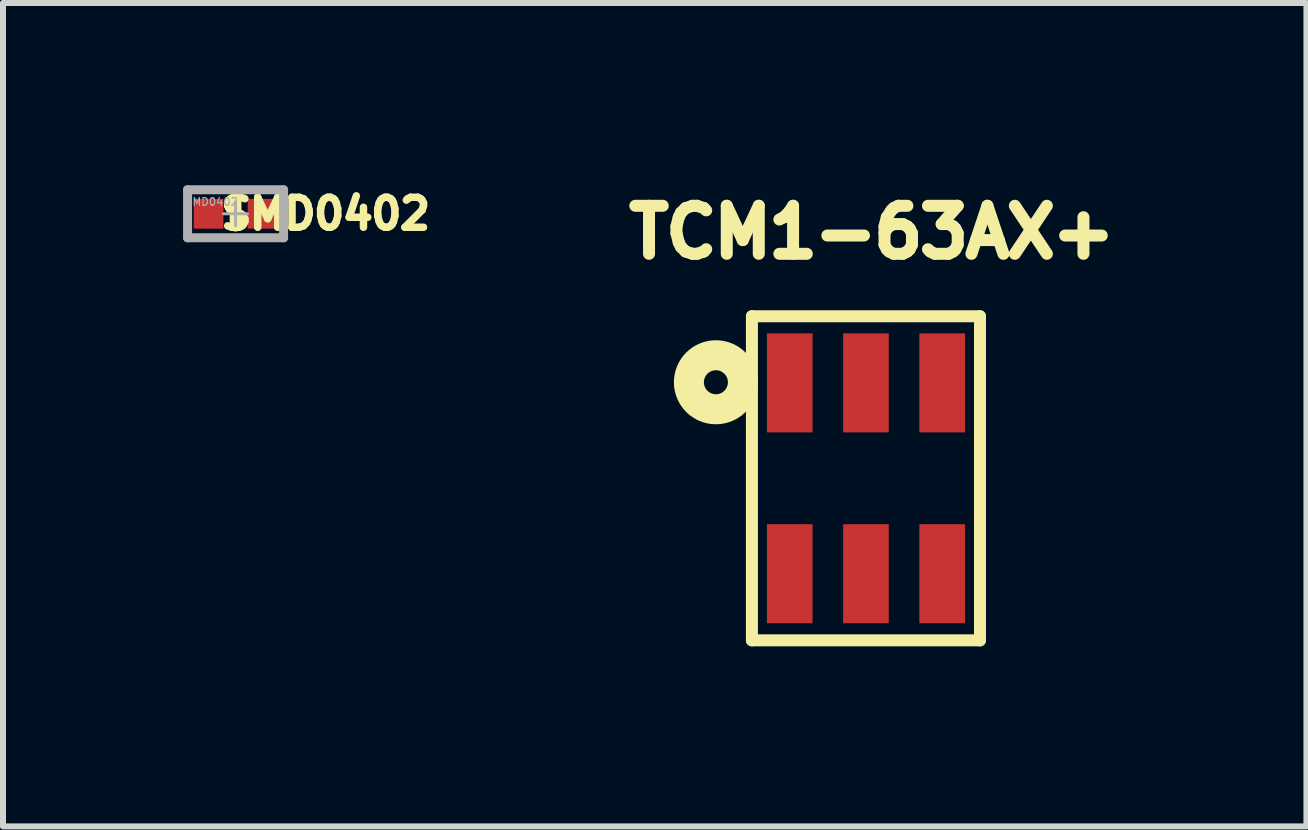
<source format=kicad_pcb>
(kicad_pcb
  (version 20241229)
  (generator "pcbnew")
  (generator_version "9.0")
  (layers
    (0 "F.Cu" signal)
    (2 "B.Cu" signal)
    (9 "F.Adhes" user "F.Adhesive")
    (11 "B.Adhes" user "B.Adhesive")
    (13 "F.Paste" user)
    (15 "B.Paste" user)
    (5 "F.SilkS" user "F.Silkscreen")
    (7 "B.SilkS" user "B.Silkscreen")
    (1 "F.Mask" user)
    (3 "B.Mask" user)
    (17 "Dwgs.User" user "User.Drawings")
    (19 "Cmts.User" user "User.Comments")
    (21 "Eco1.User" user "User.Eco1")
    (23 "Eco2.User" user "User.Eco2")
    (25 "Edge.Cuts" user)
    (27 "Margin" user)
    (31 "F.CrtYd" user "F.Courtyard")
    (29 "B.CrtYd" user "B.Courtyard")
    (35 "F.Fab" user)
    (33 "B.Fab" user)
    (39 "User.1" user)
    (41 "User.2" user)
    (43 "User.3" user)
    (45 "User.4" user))
  (footprint "TCM1-63AX+"
    (layer "F.Cu")
    (at 11.378 4.919)
    (property "Reference" "TCM1-63AX+" (at 0.1 -4.1 0) (layer "F.SilkS") (effects (font (size 0.8 0.8) (thickness 0.2))))
    (attr through_hole)
    (fp_line (start -1.9 -2.7) (end -1.9 2.7) (stroke (width 0.2) (type solid)) (layer "F.SilkS"))
    (fp_line (start -1.9 -2.7) (end 1.9 -2.7) (stroke (width 0.2) (type solid)) (layer "F.SilkS"))
    (fp_line (start 1.9 -2.7) (end 1.9 2.7) (stroke (width 0.2) (type solid)) (layer "F.SilkS"))
    (fp_line (start 1.9 2.7) (end -1.9 2.7) (stroke (width 0.2) (type solid)) (layer "F.SilkS"))
    (fp_circle (center -2.5 -1.6) (end -2.3 -1.6) (stroke (width 0.5) (type solid)) (fill no) (layer "F.SilkS"))
    (pad "1" smd rect (at -1.27 -1.59) (size 0.76 1.65) (layers "F.Cu" "F.Mask" "F.Paste"))
    (pad "2" smd rect (at 0 -1.59) (size 0.76 1.65) (layers "F.Cu" "F.Mask" "F.Paste"))
    (pad "3" smd rect (at 1.27 -1.59) (size 0.76 1.65) (layers "F.Cu" "F.Mask" "F.Paste"))
    (pad "4" smd rect (at 1.27 1.59) (size 0.76 1.65) (layers "F.Cu" "F.Mask" "F.Paste"))
    (pad "5" smd rect (at 0 1.59) (size 0.76 1.65) (layers "F.Cu" "F.Mask" "F.Paste"))
    (pad "6" smd rect (at -1.27 1.59) (size 0.76 1.65) (layers "F.Cu" "F.Mask" "F.Paste")))
  (footprint "SMD0402"
    (layer "F.Cu")
    (at 0.875 0.512)
    (property "Reference" "SMD0402" (at 1.5 0 0) (layer "F.SilkS") (effects (font (size 0.5 0.5) (thickness 0.125))))
    (attr through_hole)
    (fp_line (start 0 -0.198) (end 0 0.198) (stroke (width 0.196) (type solid)) (layer "F.SilkS"))
    (fp_line (start -0.8 -0.4) (end 0.8 -0.4) (stroke (width 0.15) (type solid)) (layer "F.Fab"))
    (fp_line (start -0.8 0.4) (end -0.8 -0.4) (stroke (width 0.15) (type solid)) (layer "F.Fab"))
    (fp_line (start -0.2 0) (end 0.2 0) (stroke (width 0.05) (type solid)) (layer "F.Fab"))
    (fp_line (start 0 -0.2) (end 0 0.2) (stroke (width 0.05) (type solid)) (layer "F.Fab"))
    (fp_line (start 0.8 -0.4) (end 0.8 0.4) (stroke (width 0.15) (type solid)) (layer "F.Fab"))
    (fp_line (start 0.8 0.4) (end -0.8 0.4) (stroke (width 0.15) (type solid)) (layer "F.Fab"))
    (fp_text user "${REFERENCE}" (at -0.4 -0.2 0) (layer "F.Fab") (effects (font (size 0.127 0.127) (thickness 0.02))))
    (pad "1" smd rect (at -0.45 0) (size 0.495 0.495) (layers "F.Cu" "F.Mask" "F.Paste"))
    (pad "2" smd rect (at 0.45 0) (size 0.495 0.495) (layers "F.Cu" "F.Mask" "F.Paste")))
  (gr_rect
    (start -3 -3)
    (end 18.717 10.719)
    (stroke (width 0.1) (type default))
    (fill no)
    (layer "Edge.Cuts")))
</source>
